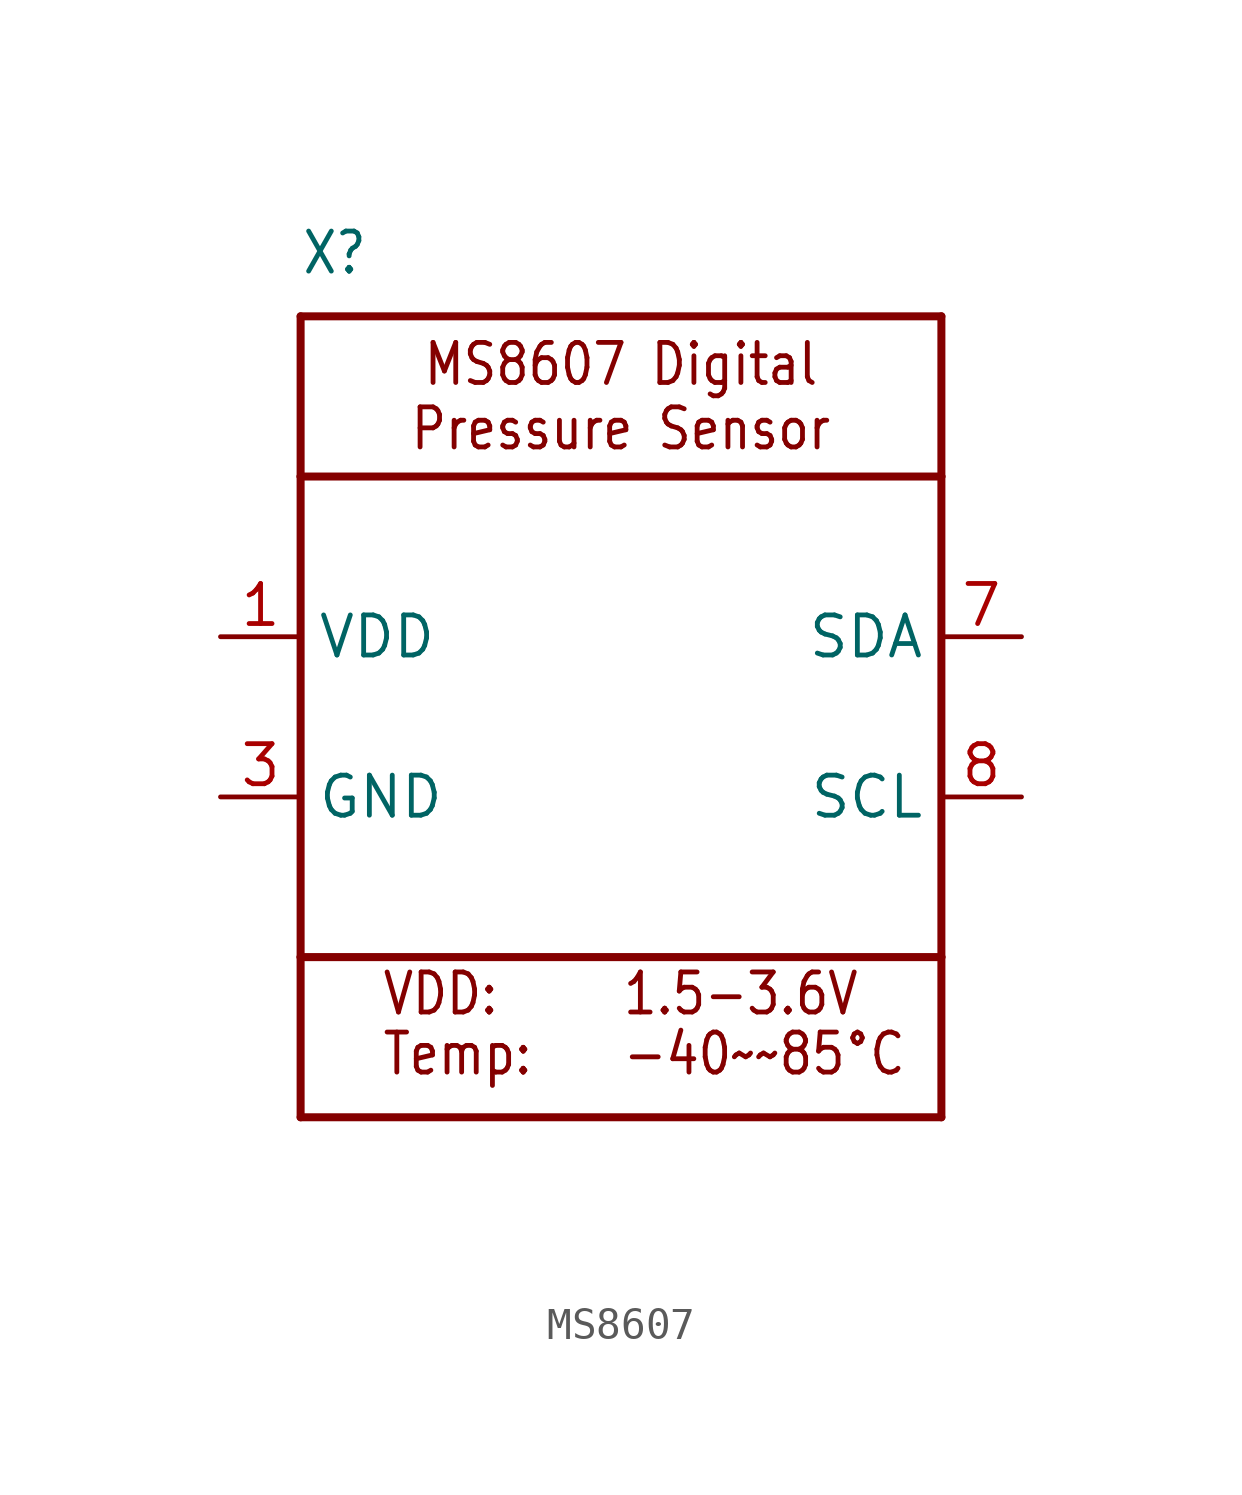
<source format=kicad_sym>
(kicad_symbol_lib
  (version 20220914)
  (generator kicad_symbol_editor)
  (symbol "MS8607"
    (property "Reference" "X"
      (at -10.16 13.97 0)
      (effects (font (size 1.27 1.079)) (justify left bottom)))
    (property "Value" ""
      (at -10.16 -15.24 0)
      (effects (font (size 1.27 1.079)) (justify left bottom)))
    (property "ki_locked" ""
      (at 0 0 0)
      (effects (font (size 1.27 1.27))))
    (symbol "MS8607_1_0"
      (polyline (pts (xy -10.16 -7.62) (xy -10.16 -12.7)) (stroke (width 0.254) (type solid)) (fill (type none)))
      (polyline (pts (xy -10.16 -7.62) (xy -10.16 7.62)) (stroke (width 0.254) (type solid)) (fill (type none)))
      (polyline (pts (xy -10.16 7.62) (xy 10.16 7.62)) (stroke (width 0.254) (type solid)) (fill (type none)))
      (polyline (pts (xy -10.16 12.7) (xy -10.16 7.62)) (stroke (width 0.254) (type solid)) (fill (type none)))
      (polyline (pts (xy -10.16 12.7) (xy 10.16 12.7)) (stroke (width 0.254) (type solid)) (fill (type none)))
      (polyline (pts (xy 10.16 -12.7) (xy -10.16 -12.7)) (stroke (width 0.254) (type solid)) (fill (type none)))
      (polyline (pts (xy 10.16 -7.62) (xy -10.16 -7.62)) (stroke (width 0.254) (type solid)) (fill (type none)))
      (polyline (pts (xy 10.16 -7.62) (xy 10.16 -12.7)) (stroke (width 0.254) (type solid)) (fill (type none)))
      (polyline (pts (xy 10.16 7.62) (xy 10.16 -7.62)) (stroke (width 0.254) (type solid)) (fill (type none)))
      (polyline (pts (xy 10.16 12.7) (xy 10.16 7.62)) (stroke (width 0.254) (type solid)) (fill (type none)))
      (text "-40~~85°C" (at 0 -11.43 0) (effects (font (size 1.27 1.079)) (justify left bottom)))
      (text "1.5-3.6V" (at 0 -9.525 0) (effects (font (size 1.27 1.079)) (justify left bottom)))
      (text "MS8607 Digital\nPressure Sensor" (at 0 10.16 0) (effects (font (size 1.27 1.079))))
      (text "Temp:" (at -7.62 -11.43 0) (effects (font (size 1.27 1.079)) (justify left bottom)))
      (text "VDD:" (at -7.62 -9.525 0) (effects (font (size 1.27 1.079)) (justify left bottom)))
      (pin power_in line (at -12.7 2.54 0) (length 2.54) (name "VDD" (effects (font (size 1.27 1.27)))) (number "1" (effects (font (size 1.27 1.27)))))
      (pin power_in line (at -12.7 -2.54 0) (length 2.54) (name "GND" (effects (font (size 1.27 1.27)))) (number "3" (effects (font (size 1.27 1.27)))))
      (pin bidirectional line (at 12.7 2.54 180) (length 2.54) (name "SDA" (effects (font (size 1.27 1.27)))) (number "7" (effects (font (size 1.27 1.27)))))
      (pin bidirectional line (at 12.7 -2.54 180) (length 2.54) (name "SCL" (effects (font (size 1.27 1.27)))) (number "8" (effects (font (size 1.27 1.27))))))))
</source>
